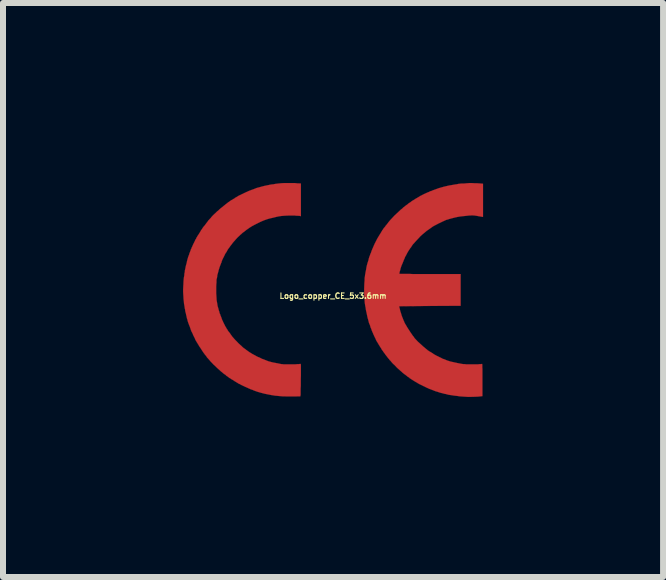
<source format=kicad_pcb>
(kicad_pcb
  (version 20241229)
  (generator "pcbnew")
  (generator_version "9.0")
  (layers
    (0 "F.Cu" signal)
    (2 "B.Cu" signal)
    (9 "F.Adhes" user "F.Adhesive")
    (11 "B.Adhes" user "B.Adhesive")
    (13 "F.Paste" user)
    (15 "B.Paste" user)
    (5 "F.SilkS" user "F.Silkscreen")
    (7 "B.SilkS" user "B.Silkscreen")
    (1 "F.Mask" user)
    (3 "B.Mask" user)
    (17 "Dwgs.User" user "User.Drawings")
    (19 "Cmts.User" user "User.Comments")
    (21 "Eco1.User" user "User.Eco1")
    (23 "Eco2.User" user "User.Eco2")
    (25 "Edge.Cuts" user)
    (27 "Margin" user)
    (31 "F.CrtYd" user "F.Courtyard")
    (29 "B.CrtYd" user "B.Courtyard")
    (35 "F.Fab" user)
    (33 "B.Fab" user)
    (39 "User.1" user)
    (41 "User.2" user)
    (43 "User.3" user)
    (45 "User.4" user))
  (footprint "Logo_copper_CE_5x3.6mm"
    (layer "F.Cu")
    (at 2.501 1.782)
    (property "Reference" "Logo_copper_CE_5x3.6mm" (at 0 0.1 0) (layer "F.SilkS") (effects (font (size 0.091 0.091) (thickness 0.018))))
    (attr through_hole)
    (fp_poly (pts (xy 2.499 -1.217) (xy 2.484 -1.219) (xy 2.438 -1.227) (xy 2.398 -1.234) (xy 2.362 -1.24) (xy 2.329 -1.242) (xy 2.304 -1.242) (xy 2.261 -1.24) (xy 2.212 -1.234) (xy 2.159 -1.229) (xy 2.103 -1.222) (xy 2.052 -1.212) (xy 2.007 -1.201) (xy 1.968 -1.191) (xy 1.933 -1.181) (xy 1.908 -1.173) (xy 1.882 -1.166) (xy 1.862 -1.156) (xy 1.839 -1.146) (xy 1.811 -1.133) (xy 1.781 -1.118) (xy 1.763 -1.11) (xy 1.725 -1.09) (xy 1.694 -1.074) (xy 1.666 -1.059) (xy 1.641 -1.041) (xy 1.613 -1.021) (xy 1.58 -0.998) (xy 1.562 -0.986) (xy 1.529 -0.958) (xy 1.491 -0.927) (xy 1.453 -0.892) (xy 1.417 -0.853) (xy 1.384 -0.818) (xy 1.359 -0.79) (xy 1.346 -0.775) (xy 1.333 -0.762) (xy 1.326 -0.752) (xy 1.318 -0.742) (xy 1.308 -0.726) (xy 1.303 -0.716) (xy 1.298 -0.709) (xy 1.29 -0.701) (xy 1.28 -0.686) (xy 1.265 -0.663) (xy 1.247 -0.635) (xy 1.229 -0.602) (xy 1.224 -0.592) (xy 1.217 -0.577) (xy 1.209 -0.564) (xy 1.206 -0.559) (xy 1.201 -0.551) (xy 1.196 -0.538) (xy 1.194 -0.531) (xy 1.186 -0.513) (xy 1.176 -0.493) (xy 1.176 -0.488) (xy 1.166 -0.465) (xy 1.156 -0.439) (xy 1.143 -0.411) (xy 1.135 -0.389) (xy 1.128 -0.366) (xy 1.123 -0.353) (xy 1.123 -0.351) (xy 1.12 -0.335) (xy 1.115 -0.318) (xy 1.11 -0.305) (xy 1.107 -0.287) (xy 1.105 -0.274) (xy 1.102 -0.269) (xy 1.107 -0.269) (xy 1.123 -0.267) (xy 1.148 -0.267) (xy 1.181 -0.267) (xy 1.224 -0.267) (xy 1.275 -0.267) (xy 1.336 -0.264) (xy 1.405 -0.264) (xy 1.478 -0.264) (xy 1.562 -0.264) (xy 1.615 -0.264) (xy 2.126 -0.264) (xy 2.126 0) (xy 2.126 0.264) (xy 1.613 0.267) (xy 1.1 0.272) (xy 1.113 0.32) (xy 1.12 0.353) (xy 1.133 0.391) (xy 1.143 0.427) (xy 1.156 0.46) (xy 1.166 0.485) (xy 1.173 0.503) (xy 1.181 0.521) (xy 1.184 0.526) (xy 1.191 0.546) (xy 1.201 0.564) (xy 1.212 0.582) (xy 1.222 0.599) (xy 1.234 0.62) (xy 1.25 0.645) (xy 1.267 0.671) (xy 1.283 0.696) (xy 1.3 0.721) (xy 1.316 0.744) (xy 1.326 0.759) (xy 1.333 0.77) (xy 1.336 0.77) (xy 1.346 0.785) (xy 1.356 0.8) (xy 1.369 0.815) (xy 1.389 0.836) (xy 1.412 0.861) (xy 1.44 0.886) (xy 1.471 0.914) (xy 1.499 0.94) (xy 1.527 0.963) (xy 1.544 0.978) (xy 1.557 0.988) (xy 1.567 0.996) (xy 1.57 0.998) (xy 1.577 1.006) (xy 1.593 1.016) (xy 1.608 1.026) (xy 1.626 1.036) (xy 1.643 1.046) (xy 1.654 1.054) (xy 1.661 1.057) (xy 1.666 1.059) (xy 1.666 1.062) (xy 1.669 1.064) (xy 1.681 1.072) (xy 1.699 1.082) (xy 1.722 1.095) (xy 1.748 1.107) (xy 1.773 1.12) (xy 1.801 1.133) (xy 1.824 1.146) (xy 1.844 1.153) (xy 1.847 1.153) (xy 1.902 1.176) (xy 1.958 1.194) (xy 2.014 1.206) (xy 2.073 1.219) (xy 2.139 1.232) (xy 2.177 1.237) (xy 2.195 1.237) (xy 2.217 1.24) (xy 2.245 1.24) (xy 2.278 1.24) (xy 2.314 1.24) (xy 2.349 1.24) (xy 2.385 1.24) (xy 2.416 1.24) (xy 2.443 1.237) (xy 2.464 1.237) (xy 2.477 1.234) (xy 2.479 1.234) (xy 2.482 1.234) (xy 2.484 1.234) (xy 2.484 1.237) (xy 2.487 1.245) (xy 2.487 1.255) (xy 2.487 1.27) (xy 2.487 1.29) (xy 2.489 1.318) (xy 2.489 1.354) (xy 2.489 1.394) (xy 2.489 1.445) (xy 2.489 1.501) (xy 2.489 1.77) (xy 2.418 1.778) (xy 2.342 1.781) (xy 2.258 1.783) (xy 2.177 1.778) (xy 2.136 1.775) (xy 2.106 1.773) (xy 2.078 1.768) (xy 2.052 1.765) (xy 2.032 1.763) (xy 2.009 1.76) (xy 1.981 1.755) (xy 1.966 1.753) (xy 1.943 1.75) (xy 1.915 1.745) (xy 1.9 1.74) (xy 1.88 1.735) (xy 1.852 1.73) (xy 1.826 1.722) (xy 1.824 1.722) (xy 1.783 1.712) (xy 1.745 1.699) (xy 1.704 1.687) (xy 1.659 1.669) (xy 1.638 1.661) (xy 1.626 1.656) (xy 1.61 1.651) (xy 1.598 1.646) (xy 1.577 1.636) (xy 1.554 1.626) (xy 1.529 1.613) (xy 1.501 1.6) (xy 1.476 1.587) (xy 1.45 1.575) (xy 1.43 1.565) (xy 1.417 1.557) (xy 1.41 1.554) (xy 1.405 1.549) (xy 1.397 1.544) (xy 1.377 1.534) (xy 1.361 1.524) (xy 1.356 1.521) (xy 1.349 1.516) (xy 1.336 1.509) (xy 1.321 1.499) (xy 1.313 1.494) (xy 1.295 1.481) (xy 1.28 1.473) (xy 1.273 1.468) (xy 1.273 1.466) (xy 1.267 1.46) (xy 1.255 1.453) (xy 1.252 1.45) (xy 1.24 1.443) (xy 1.232 1.438) (xy 1.232 1.435) (xy 1.224 1.43) (xy 1.214 1.422) (xy 1.212 1.42) (xy 1.184 1.4) (xy 1.168 1.387) (xy 1.161 1.382) (xy 1.151 1.372) (xy 1.133 1.356) (xy 1.115 1.341) (xy 1.11 1.336) (xy 1.087 1.316) (xy 1.057 1.288) (xy 1.029 1.257) (xy 0.998 1.229) (xy 0.973 1.201) (xy 0.953 1.176) (xy 0.945 1.171) (xy 0.935 1.156) (xy 0.925 1.143) (xy 0.922 1.143) (xy 0.912 1.13) (xy 0.902 1.115) (xy 0.899 1.113) (xy 0.892 1.102) (xy 0.884 1.095) (xy 0.884 1.092) (xy 0.879 1.087) (xy 0.871 1.077) (xy 0.864 1.064) (xy 0.853 1.052) (xy 0.846 1.041) (xy 0.841 1.036) (xy 0.838 1.031) (xy 0.831 1.019) (xy 0.818 1.003) (xy 0.805 0.983) (xy 0.805 0.98) (xy 0.792 0.96) (xy 0.78 0.942) (xy 0.772 0.927) (xy 0.767 0.922) (xy 0.762 0.914) (xy 0.757 0.902) (xy 0.744 0.884) (xy 0.744 0.881) (xy 0.739 0.871) (xy 0.734 0.869) (xy 0.732 0.861) (xy 0.724 0.851) (xy 0.716 0.833) (xy 0.706 0.81) (xy 0.696 0.79) (xy 0.686 0.77) (xy 0.681 0.757) (xy 0.673 0.742) (xy 0.665 0.721) (xy 0.658 0.706) (xy 0.65 0.688) (xy 0.645 0.676) (xy 0.643 0.668) (xy 0.64 0.66) (xy 0.638 0.655) (xy 0.635 0.645) (xy 0.627 0.63) (xy 0.622 0.612) (xy 0.617 0.594) (xy 0.61 0.577) (xy 0.607 0.569) (xy 0.599 0.551) (xy 0.592 0.523) (xy 0.584 0.493) (xy 0.574 0.457) (xy 0.566 0.419) (xy 0.559 0.384) (xy 0.551 0.351) (xy 0.546 0.323) (xy 0.544 0.305) (xy 0.541 0.287) (xy 0.538 0.277) (xy 0.528 0.211) (xy 0.523 0.137) (xy 0.518 0.061) (xy 0.518 -0.015) (xy 0.521 -0.091) (xy 0.521 -0.094) (xy 0.523 -0.127) (xy 0.526 -0.16) (xy 0.526 -0.188) (xy 0.528 -0.211) (xy 0.531 -0.224) (xy 0.533 -0.246) (xy 0.538 -0.272) (xy 0.541 -0.292) (xy 0.549 -0.33) (xy 0.556 -0.373) (xy 0.564 -0.411) (xy 0.574 -0.447) (xy 0.584 -0.478) (xy 0.587 -0.488) (xy 0.592 -0.5) (xy 0.592 -0.508) (xy 0.594 -0.518) (xy 0.599 -0.533) (xy 0.605 -0.554) (xy 0.615 -0.577) (xy 0.622 -0.599) (xy 0.627 -0.61) (xy 0.632 -0.62) (xy 0.638 -0.638) (xy 0.64 -0.645) (xy 0.653 -0.678) (xy 0.671 -0.719) (xy 0.691 -0.765) (xy 0.714 -0.81) (xy 0.739 -0.859) (xy 0.765 -0.902) (xy 0.79 -0.942) (xy 0.8 -0.958) (xy 0.808 -0.973) (xy 0.815 -0.983) (xy 0.818 -0.988) (xy 0.82 -0.996) (xy 0.826 -1.001) (xy 0.833 -1.008) (xy 0.833 -1.011) (xy 0.841 -1.024) (xy 0.848 -1.034) (xy 0.856 -1.041) (xy 0.866 -1.054) (xy 0.869 -1.057) (xy 0.876 -1.069) (xy 0.884 -1.079) (xy 0.886 -1.079) (xy 0.892 -1.087) (xy 0.902 -1.1) (xy 0.904 -1.102) (xy 0.927 -1.133) (xy 0.955 -1.166) (xy 0.988 -1.201) (xy 1.024 -1.24) (xy 1.062 -1.275) (xy 1.097 -1.308) (xy 1.13 -1.339) (xy 1.133 -1.341) (xy 1.153 -1.356) (xy 1.168 -1.372) (xy 1.181 -1.382) (xy 1.189 -1.387) (xy 1.212 -1.407) (xy 1.232 -1.42) (xy 1.245 -1.43) (xy 1.252 -1.438) (xy 1.255 -1.438) (xy 1.262 -1.445) (xy 1.275 -1.453) (xy 1.28 -1.455) (xy 1.295 -1.466) (xy 1.306 -1.476) (xy 1.308 -1.476) (xy 1.321 -1.486) (xy 1.331 -1.491) (xy 1.344 -1.499) (xy 1.349 -1.501) (xy 1.354 -1.506) (xy 1.364 -1.511) (xy 1.374 -1.519) (xy 1.389 -1.527) (xy 1.41 -1.539) (xy 1.415 -1.542) (xy 1.435 -1.554) (xy 1.455 -1.567) (xy 1.473 -1.575) (xy 1.476 -1.577) (xy 1.511 -1.595) (xy 1.544 -1.61) (xy 1.572 -1.623) (xy 1.598 -1.633) (xy 1.613 -1.641) (xy 1.623 -1.646) (xy 1.633 -1.646) (xy 1.648 -1.654) (xy 1.674 -1.664) (xy 1.694 -1.671) (xy 1.765 -1.697) (xy 1.847 -1.72) (xy 1.933 -1.74) (xy 2.022 -1.755) (xy 2.035 -1.758) (xy 2.057 -1.76) (xy 2.08 -1.765) (xy 2.095 -1.768) (xy 2.116 -1.77) (xy 2.139 -1.773) (xy 2.159 -1.773) (xy 2.182 -1.773) (xy 2.207 -1.775) (xy 2.235 -1.778) (xy 2.243 -1.778) (xy 2.273 -1.781) (xy 2.311 -1.781) (xy 2.357 -1.778) (xy 2.395 -1.778) (xy 2.499 -1.77) (xy 2.499 -1.494) (xy 2.499 -1.217)) (stroke (width 0.003) (type solid)) (fill yes) (layer "F.Cu"))
    (fp_poly (pts (xy -0.536 -1.229) (xy -0.554 -1.234) (xy -0.566 -1.234) (xy -0.584 -1.237) (xy -0.61 -1.237) (xy -0.64 -1.24) (xy -0.673 -1.24) (xy -0.744 -1.24) (xy -0.808 -1.237) (xy -0.866 -1.232) (xy -0.902 -1.227) (xy -0.96 -1.214) (xy -1.011 -1.201) (xy -1.057 -1.191) (xy -1.097 -1.179) (xy -1.135 -1.166) (xy -1.173 -1.151) (xy -1.214 -1.133) (xy -1.25 -1.115) (xy -1.3 -1.09) (xy -1.349 -1.064) (xy -1.389 -1.039) (xy -1.422 -1.016) (xy -1.448 -0.998) (xy -1.453 -0.993) (xy -1.46 -0.988) (xy -1.473 -0.978) (xy -1.476 -0.975) (xy -1.488 -0.965) (xy -1.499 -0.96) (xy -1.501 -0.958) (xy -1.506 -0.953) (xy -1.519 -0.942) (xy -1.534 -0.927) (xy -1.542 -0.922) (xy -1.562 -0.902) (xy -1.582 -0.884) (xy -1.6 -0.866) (xy -1.618 -0.846) (xy -1.638 -0.823) (xy -1.654 -0.805) (xy -1.674 -0.782) (xy -1.692 -0.757) (xy -1.712 -0.732) (xy -1.73 -0.706) (xy -1.748 -0.683) (xy -1.76 -0.663) (xy -1.768 -0.648) (xy -1.773 -0.64) (xy -1.773 -0.638) (xy -1.775 -0.632) (xy -1.781 -0.627) (xy -1.791 -0.612) (xy -1.801 -0.594) (xy -1.811 -0.572) (xy -1.824 -0.546) (xy -1.836 -0.523) (xy -1.847 -0.5) (xy -1.854 -0.48) (xy -1.859 -0.467) (xy -1.859 -0.462) (xy -1.862 -0.452) (xy -1.864 -0.452) (xy -1.867 -0.445) (xy -1.872 -0.429) (xy -1.875 -0.424) (xy -1.88 -0.409) (xy -1.885 -0.399) (xy -1.885 -0.396) (xy -1.887 -0.391) (xy -1.89 -0.384) (xy -1.895 -0.371) (xy -1.9 -0.351) (xy -1.908 -0.328) (xy -1.91 -0.315) (xy -1.915 -0.297) (xy -1.92 -0.279) (xy -1.925 -0.262) (xy -1.93 -0.244) (xy -1.93 -0.231) (xy -1.933 -0.216) (xy -1.935 -0.198) (xy -1.941 -0.183) (xy -1.943 -0.16) (xy -1.943 -0.127) (xy -1.946 -0.094) (xy -1.948 -0.053) (xy -1.948 -0.015) (xy -1.948 0.02) (xy -1.948 0.058) (xy -1.946 0.086) (xy -1.943 0.132) (xy -1.941 0.17) (xy -1.935 0.203) (xy -1.93 0.234) (xy -1.925 0.267) (xy -1.915 0.3) (xy -1.91 0.318) (xy -1.905 0.34) (xy -1.897 0.361) (xy -1.895 0.373) (xy -1.89 0.389) (xy -1.887 0.399) (xy -1.885 0.399) (xy -1.882 0.406) (xy -1.877 0.422) (xy -1.875 0.429) (xy -1.869 0.442) (xy -1.864 0.455) (xy -1.864 0.457) (xy -1.859 0.465) (xy -1.859 0.467) (xy -1.857 0.475) (xy -1.852 0.49) (xy -1.844 0.508) (xy -1.839 0.518) (xy -1.829 0.541) (xy -1.819 0.561) (xy -1.811 0.577) (xy -1.808 0.582) (xy -1.801 0.597) (xy -1.791 0.615) (xy -1.788 0.62) (xy -1.778 0.635) (xy -1.773 0.645) (xy -1.773 0.648) (xy -1.77 0.653) (xy -1.768 0.653) (xy -1.763 0.658) (xy -1.763 0.66) (xy -1.76 0.665) (xy -1.753 0.678) (xy -1.74 0.696) (xy -1.727 0.711) (xy -1.714 0.729) (xy -1.709 0.737) (xy -1.702 0.747) (xy -1.692 0.759) (xy -1.689 0.767) (xy -1.676 0.782) (xy -1.656 0.805) (xy -1.633 0.831) (xy -1.605 0.859) (xy -1.577 0.889) (xy -1.544 0.919) (xy -1.529 0.932) (xy -1.511 0.95) (xy -1.499 0.96) (xy -1.491 0.968) (xy -1.481 0.975) (xy -1.471 0.98) (xy -1.458 0.991) (xy -1.445 1.001) (xy -1.435 1.008) (xy -1.43 1.011) (xy -1.425 1.016) (xy -1.41 1.026) (xy -1.392 1.039) (xy -1.369 1.052) (xy -1.346 1.067) (xy -1.323 1.079) (xy -1.29 1.097) (xy -1.257 1.115) (xy -1.219 1.13) (xy -1.186 1.148) (xy -1.156 1.158) (xy -1.079 1.189) (xy -1.003 1.209) (xy -0.922 1.224) (xy -0.899 1.229) (xy -0.874 1.234) (xy -0.859 1.237) (xy -0.846 1.237) (xy -0.826 1.24) (xy -0.798 1.24) (xy -0.767 1.24) (xy -0.732 1.24) (xy -0.696 1.24) (xy -0.66 1.24) (xy -0.627 1.24) (xy -0.597 1.237) (xy -0.572 1.237) (xy -0.554 1.234) (xy -0.544 1.234) (xy -0.541 1.232) (xy -0.541 1.234) (xy -0.538 1.237) (xy -0.538 1.242) (xy -0.536 1.25) (xy -0.536 1.265) (xy -0.536 1.283) (xy -0.536 1.308) (xy -0.536 1.339) (xy -0.536 1.379) (xy -0.536 1.425) (xy -0.538 1.483) (xy -0.538 1.499) (xy -0.538 1.552) (xy -0.538 1.6) (xy -0.541 1.643) (xy -0.541 1.684) (xy -0.541 1.717) (xy -0.541 1.742) (xy -0.544 1.76) (xy -0.544 1.77) (xy -0.549 1.773) (xy -0.564 1.773) (xy -0.584 1.773) (xy -0.612 1.775) (xy -0.643 1.775) (xy -0.678 1.775) (xy -0.711 1.775) (xy -0.747 1.775) (xy -0.78 1.775) (xy -0.81 1.773) (xy -0.833 1.773) (xy -0.843 1.773) (xy -0.874 1.77) (xy -0.904 1.768) (xy -0.932 1.765) (xy -0.953 1.763) (xy -0.958 1.763) (xy -0.98 1.76) (xy -1.006 1.755) (xy -1.024 1.753) (xy -1.079 1.742) (xy -1.14 1.73) (xy -1.201 1.714) (xy -1.26 1.697) (xy -1.311 1.679) (xy -1.331 1.671) (xy -1.341 1.666) (xy -1.356 1.661) (xy -1.372 1.656) (xy -1.389 1.648) (xy -1.412 1.638) (xy -1.438 1.626) (xy -1.468 1.613) (xy -1.499 1.598) (xy -1.527 1.585) (xy -1.554 1.57) (xy -1.577 1.56) (xy -1.593 1.549) (xy -1.603 1.544) (xy -1.605 1.542) (xy -1.61 1.539) (xy -1.621 1.532) (xy -1.636 1.524) (xy -1.654 1.511) (xy -1.674 1.499) (xy -1.697 1.486) (xy -1.714 1.473) (xy -1.73 1.466) (xy -1.74 1.458) (xy -1.742 1.455) (xy -1.748 1.45) (xy -1.758 1.443) (xy -1.763 1.44) (xy -1.775 1.433) (xy -1.783 1.427) (xy -1.783 1.425) (xy -1.788 1.42) (xy -1.798 1.412) (xy -1.814 1.402) (xy -1.816 1.4) (xy -1.834 1.387) (xy -1.847 1.374) (xy -1.857 1.367) (xy -1.867 1.359) (xy -1.882 1.346) (xy -1.895 1.333) (xy -1.915 1.316) (xy -1.938 1.295) (xy -1.963 1.27) (xy -1.991 1.245) (xy -2.017 1.217) (xy -2.04 1.194) (xy -2.055 1.176) (xy -2.057 1.173) (xy -2.075 1.153) (xy -2.088 1.138) (xy -2.101 1.125) (xy -2.108 1.113) (xy -2.118 1.097) (xy -2.126 1.09) (xy -2.139 1.074) (xy -2.146 1.062) (xy -2.154 1.054) (xy -2.162 1.041) (xy -2.174 1.024) (xy -2.189 1.001) (xy -2.205 0.975) (xy -2.217 0.958) (xy -2.23 0.94) (xy -2.24 0.922) (xy -2.245 0.912) (xy -2.248 0.909) (xy -2.253 0.904) (xy -2.253 0.902) (xy -2.256 0.894) (xy -2.263 0.884) (xy -2.268 0.876) (xy -2.273 0.869) (xy -2.278 0.859) (xy -2.286 0.846) (xy -2.294 0.833) (xy -2.301 0.813) (xy -2.314 0.787) (xy -2.332 0.752) (xy -2.337 0.737) (xy -2.349 0.711) (xy -2.36 0.693) (xy -2.365 0.678) (xy -2.37 0.668) (xy -2.372 0.658) (xy -2.377 0.645) (xy -2.377 0.643) (xy -2.383 0.627) (xy -2.39 0.607) (xy -2.4 0.584) (xy -2.403 0.574) (xy -2.413 0.549) (xy -2.423 0.518) (xy -2.431 0.485) (xy -2.436 0.472) (xy -2.441 0.445) (xy -2.449 0.414) (xy -2.454 0.386) (xy -2.459 0.373) (xy -2.464 0.351) (xy -2.466 0.328) (xy -2.471 0.31) (xy -2.471 0.307) (xy -2.474 0.287) (xy -2.477 0.264) (xy -2.479 0.257) (xy -2.484 0.229) (xy -2.487 0.191) (xy -2.492 0.15) (xy -2.494 0.107) (xy -2.497 0.064) (xy -2.499 0.025) (xy -2.499 -0.003) (xy -2.497 -0.046) (xy -2.494 -0.097) (xy -2.492 -0.147) (xy -2.487 -0.201) (xy -2.479 -0.246) (xy -2.479 -0.254) (xy -2.477 -0.277) (xy -2.471 -0.297) (xy -2.471 -0.31) (xy -2.469 -0.328) (xy -2.464 -0.348) (xy -2.459 -0.371) (xy -2.459 -0.373) (xy -2.454 -0.399) (xy -2.446 -0.427) (xy -2.438 -0.457) (xy -2.436 -0.472) (xy -2.428 -0.503) (xy -2.421 -0.528) (xy -2.416 -0.546) (xy -2.41 -0.561) (xy -2.408 -0.569) (xy -2.403 -0.579) (xy -2.398 -0.594) (xy -2.393 -0.612) (xy -2.385 -0.63) (xy -2.38 -0.645) (xy -2.375 -0.655) (xy -2.372 -0.665) (xy -2.37 -0.668) (xy -2.37 -0.676) (xy -2.362 -0.688) (xy -2.355 -0.709) (xy -2.349 -0.719) (xy -2.332 -0.759) (xy -2.316 -0.79) (xy -2.304 -0.815) (xy -2.294 -0.838) (xy -2.283 -0.853) (xy -2.276 -0.871) (xy -2.266 -0.886) (xy -2.256 -0.904) (xy -2.243 -0.922) (xy -2.228 -0.947) (xy -2.225 -0.95) (xy -2.215 -0.968) (xy -2.207 -0.98) (xy -2.202 -0.991) (xy -2.2 -0.996) (xy -2.195 -1.001) (xy -2.187 -1.011) (xy -2.184 -1.013) (xy -2.177 -1.029) (xy -2.169 -1.039) (xy -2.167 -1.041) (xy -2.162 -1.049) (xy -2.151 -1.062) (xy -2.136 -1.079) (xy -2.121 -1.1) (xy -2.106 -1.12) (xy -2.09 -1.14) (xy -2.08 -1.156) (xy -2.073 -1.163) (xy -2.065 -1.171) (xy -2.052 -1.186) (xy -2.037 -1.201) (xy -2.032 -1.209) (xy -2.012 -1.232) (xy -1.994 -1.25) (xy -1.976 -1.267) (xy -1.956 -1.285) (xy -1.935 -1.306) (xy -1.91 -1.326) (xy -1.892 -1.344) (xy -1.88 -1.354) (xy -1.869 -1.364) (xy -1.862 -1.369) (xy -1.854 -1.374) (xy -1.849 -1.379) (xy -1.836 -1.389) (xy -1.824 -1.4) (xy -1.821 -1.402) (xy -1.811 -1.41) (xy -1.798 -1.42) (xy -1.783 -1.433) (xy -1.768 -1.443) (xy -1.758 -1.453) (xy -1.753 -1.455) (xy -1.748 -1.46) (xy -1.735 -1.468) (xy -1.717 -1.481) (xy -1.699 -1.494) (xy -1.679 -1.504) (xy -1.664 -1.514) (xy -1.651 -1.521) (xy -1.646 -1.524) (xy -1.638 -1.529) (xy -1.636 -1.534) (xy -1.631 -1.537) (xy -1.628 -1.537) (xy -1.623 -1.539) (xy -1.61 -1.547) (xy -1.603 -1.552) (xy -1.585 -1.562) (xy -1.565 -1.575) (xy -1.549 -1.58) (xy -1.532 -1.59) (xy -1.509 -1.6) (xy -1.483 -1.613) (xy -1.466 -1.621) (xy -1.44 -1.633) (xy -1.422 -1.641) (xy -1.407 -1.648) (xy -1.394 -1.654) (xy -1.384 -1.656) (xy -1.374 -1.661) (xy -1.318 -1.681) (xy -1.298 -1.689) (xy -1.28 -1.697) (xy -1.255 -1.704) (xy -1.224 -1.712) (xy -1.189 -1.722) (xy -1.151 -1.732) (xy -1.113 -1.74) (xy -1.074 -1.748) (xy -1.041 -1.755) (xy -1.019 -1.758) (xy -0.996 -1.76) (xy -0.973 -1.765) (xy -0.953 -1.768) (xy -0.912 -1.773) (xy -0.866 -1.778) (xy -0.813 -1.781) (xy -0.754 -1.781) (xy -0.696 -1.781) (xy -0.64 -1.781) (xy -0.587 -1.775) (xy -0.566 -1.775) (xy -0.536 -1.773) (xy -0.536 -1.501) (xy -0.536 -1.229)) (stroke (width 0.003) (type solid)) (fill yes) (layer "F.Cu")))
  (gr_rect
    (start -3 -3)
    (end 8.001 6.566)
    (stroke (width 0.1) (type default))
    (fill no)
    (layer "Edge.Cuts")))
</source>
